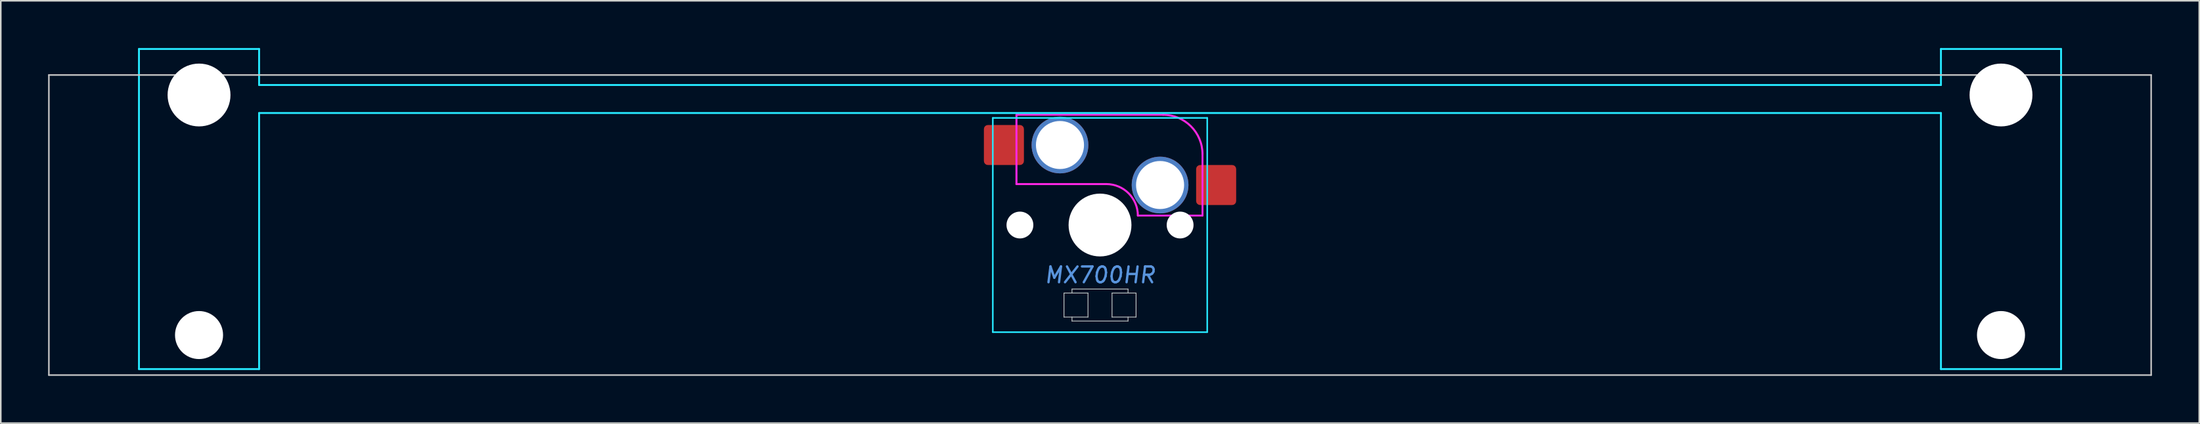
<source format=kicad_pcb>
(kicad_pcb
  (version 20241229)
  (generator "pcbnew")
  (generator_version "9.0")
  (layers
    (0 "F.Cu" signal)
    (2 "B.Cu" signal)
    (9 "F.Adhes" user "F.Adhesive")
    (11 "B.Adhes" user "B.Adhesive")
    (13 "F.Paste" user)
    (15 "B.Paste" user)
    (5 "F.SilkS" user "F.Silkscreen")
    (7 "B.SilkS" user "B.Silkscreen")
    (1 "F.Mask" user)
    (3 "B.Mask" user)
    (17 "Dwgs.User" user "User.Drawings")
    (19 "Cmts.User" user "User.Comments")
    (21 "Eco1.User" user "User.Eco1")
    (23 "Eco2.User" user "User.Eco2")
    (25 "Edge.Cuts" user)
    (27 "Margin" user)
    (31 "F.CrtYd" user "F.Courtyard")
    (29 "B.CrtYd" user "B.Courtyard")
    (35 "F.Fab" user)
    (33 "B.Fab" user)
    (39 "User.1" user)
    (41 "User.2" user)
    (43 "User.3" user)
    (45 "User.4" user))
  (footprint "MX700HR"
    (layer "F.Cu")
    (at 66.725 11.236)
    (property "Reference" "MX700HR" (at 0 3.175 0) (layer "Cmts.User") (effects (font (size 1 1) (thickness 0.15) (italic yes))))
    (attr smd)
    (fp_line (start -66.675 -9.525) (end -66.675 9.525) (stroke (width 0.1) (type solid)) (layer "Dwgs.User"))
    (fp_line (start -66.675 -9.525) (end 66.675 -9.525) (stroke (width 0.1) (type solid)) (layer "Dwgs.User"))
    (fp_line (start -66.675 9.525) (end 66.675 9.525) (stroke (width 0.1) (type solid)) (layer "Dwgs.User"))
    (fp_line (start -2.286 4.318) (end -0.762 4.318) (stroke (width 0.051) (type solid)) (layer "Dwgs.User"))
    (fp_line (start -2.286 5.842) (end -2.286 4.318) (stroke (width 0.051) (type solid)) (layer "Dwgs.User"))
    (fp_line (start -1.778 4.064) (end 1.778 4.064) (stroke (width 0.051) (type solid)) (layer "Dwgs.User"))
    (fp_line (start -1.778 4.318) (end -1.778 4.064) (stroke (width 0.051) (type solid)) (layer "Dwgs.User"))
    (fp_line (start -1.778 6.096) (end -1.778 5.842) (stroke (width 0.051) (type solid)) (layer "Dwgs.User"))
    (fp_line (start -0.762 4.318) (end -0.762 5.842) (stroke (width 0.051) (type solid)) (layer "Dwgs.User"))
    (fp_line (start -0.762 5.842) (end -2.286 5.842) (stroke (width 0.051) (type solid)) (layer "Dwgs.User"))
    (fp_line (start 0.762 4.318) (end 2.286 4.318) (stroke (width 0.051) (type solid)) (layer "Dwgs.User"))
    (fp_line (start 0.762 5.842) (end 0.762 4.318) (stroke (width 0.051) (type solid)) (layer "Dwgs.User"))
    (fp_line (start 1.778 4.064) (end 1.778 4.318) (stroke (width 0.051) (type solid)) (layer "Dwgs.User"))
    (fp_line (start 1.778 5.842) (end 1.778 6.096) (stroke (width 0.051) (type solid)) (layer "Dwgs.User"))
    (fp_line (start 1.778 6.096) (end -1.778 6.096) (stroke (width 0.051) (type solid)) (layer "Dwgs.User"))
    (fp_line (start 2.286 4.318) (end 2.286 5.842) (stroke (width 0.051) (type solid)) (layer "Dwgs.User"))
    (fp_line (start 2.286 5.842) (end 0.762 5.842) (stroke (width 0.051) (type solid)) (layer "Dwgs.User"))
    (fp_line (start 66.675 -9.525) (end 66.675 9.525) (stroke (width 0.1) (type solid)) (layer "Dwgs.User"))
    (fp_line (start -60.65 -8.515) (end -60.65 5.485) (stroke (width 0.1) (type solid)) (layer "Eco1.User"))
    (fp_line (start -60.15 -9.015) (end -54.15 -9.015) (stroke (width 0.1) (type solid)) (layer "Eco1.User"))
    (fp_line (start -54.15 5.985) (end -60.15 5.985) (stroke (width 0.1) (type solid)) (layer "Eco1.User"))
    (fp_line (start -53.65 5.485) (end -53.65 -8.515) (stroke (width 0.1) (type solid)) (layer "Eco1.User"))
    (fp_line (start -7 -6.5) (end -7 6.5) (stroke (width 0.1) (type solid)) (layer "Eco1.User"))
    (fp_line (start -6.5 7) (end 6.5 7) (stroke (width 0.1) (type solid)) (layer "Eco1.User"))
    (fp_line (start 6.5 -7) (end -6.5 -7) (stroke (width 0.1) (type solid)) (layer "Eco1.User"))
    (fp_line (start 7 6.5) (end 7 -6.5) (stroke (width 0.1) (type solid)) (layer "Eco1.User"))
    (fp_line (start 53.65 -8.515) (end 53.65 5.485) (stroke (width 0.1) (type solid)) (layer "Eco1.User"))
    (fp_line (start 54.15 -9.015) (end 60.15 -9.015) (stroke (width 0.1) (type solid)) (layer "Eco1.User"))
    (fp_line (start 60.15 5.985) (end 54.15 5.985) (stroke (width 0.1) (type solid)) (layer "Eco1.User"))
    (fp_line (start 60.65 5.485) (end 60.65 -8.515) (stroke (width 0.1) (type solid)) (layer "Eco1.User"))
    (fp_arc (start -60.65 -8.515) (mid -60.503553 -8.868553) (end -60.15 -9.015) (stroke (width 0.1) (type solid)) (layer "Eco1.User"))
    (fp_arc (start -60.15 5.985) (mid -60.503553 5.838553) (end -60.65 5.485) (stroke (width 0.1) (type solid)) (layer "Eco1.User"))
    (fp_arc (start -54.15 -9.015) (mid -53.796447 -8.868553) (end -53.65 -8.515) (stroke (width 0.1) (type solid)) (layer "Eco1.User"))
    (fp_arc (start -53.65 5.485) (mid -53.796447 5.838553) (end -54.15 5.985) (stroke (width 0.1) (type solid)) (layer "Eco1.User"))
    (fp_arc (start -7 -6.5) (mid -6.853553 -6.853553) (end -6.5 -7) (stroke (width 0.1) (type solid)) (layer "Eco1.User"))
    (fp_arc (start -6.5 7) (mid -6.853553 6.853553) (end -7 6.5) (stroke (width 0.1) (type solid)) (layer "Eco1.User"))
    (fp_arc (start 6.5 -7) (mid 6.853553 -6.853553) (end 7 -6.5) (stroke (width 0.1) (type solid)) (layer "Eco1.User"))
    (fp_arc (start 7 6.5) (mid 6.853553 6.853553) (end 6.5 7) (stroke (width 0.1) (type solid)) (layer "Eco1.User"))
    (fp_arc (start 53.65 -8.515) (mid 53.796447 -8.868553) (end 54.15 -9.015) (stroke (width 0.1) (type solid)) (layer "Eco1.User"))
    (fp_arc (start 54.15 5.985) (mid 53.796447 5.838553) (end 53.65 5.485) (stroke (width 0.1) (type solid)) (layer "Eco1.User"))
    (fp_arc (start 60.15 -9.015) (mid 60.503553 -8.868553) (end 60.65 -8.515) (stroke (width 0.1) (type solid)) (layer "Eco1.User"))
    (fp_arc (start 60.65 5.485) (mid 60.503553 5.838553) (end 60.15 5.985) (stroke (width 0.1) (type solid)) (layer "Eco1.User"))
    (fp_line (start -60.96 -11.176) (end -60.96 9.144) (stroke (width 0.12) (type solid)) (layer "B.CrtYd"))
    (fp_line (start -60.96 -11.176) (end -53.34 -11.176) (stroke (width 0.12) (type solid)) (layer "B.CrtYd"))
    (fp_line (start -60.96 9.144) (end -53.34 9.144) (stroke (width 0.12) (type solid)) (layer "B.CrtYd"))
    (fp_line (start -53.34 -11.176) (end -53.34 -8.89) (stroke (width 0.12) (type solid)) (layer "B.CrtYd"))
    (fp_line (start -53.34 -7.112) (end -53.34 9.144) (stroke (width 0.12) (type solid)) (layer "B.CrtYd"))
    (fp_line (start -6.8 -6.8) (end -6.8 6.8) (stroke (width 0.1) (type solid)) (layer "B.CrtYd"))
    (fp_line (start 6.8 -6.8) (end -6.8 -6.8) (stroke (width 0.1) (type solid)) (layer "B.CrtYd"))
    (fp_line (start 6.8 -6.8) (end 6.8 6.8) (stroke (width 0.1) (type solid)) (layer "B.CrtYd"))
    (fp_line (start 6.8 6.8) (end -6.8 6.8) (stroke (width 0.1) (type solid)) (layer "B.CrtYd"))
    (fp_line (start 53.34 -11.176) (end 53.34 -8.89) (stroke (width 0.12) (type solid)) (layer "B.CrtYd"))
    (fp_line (start 53.34 -8.89) (end -53.34 -8.89) (stroke (width 0.12) (type solid)) (layer "B.CrtYd"))
    (fp_line (start 53.34 -7.112) (end -53.34 -7.112) (stroke (width 0.12) (type solid)) (layer "B.CrtYd"))
    (fp_line (start 53.34 -7.112) (end 53.34 9.144) (stroke (width 0.12) (type solid)) (layer "B.CrtYd"))
    (fp_line (start 60.96 -11.176) (end 53.34 -11.176) (stroke (width 0.12) (type solid)) (layer "B.CrtYd"))
    (fp_line (start 60.96 -11.176) (end 60.96 9.144) (stroke (width 0.12) (type solid)) (layer "B.CrtYd"))
    (fp_line (start 60.96 9.144) (end 53.34 9.144) (stroke (width 0.12) (type solid)) (layer "B.CrtYd"))
    (fp_line (start -5.3 -7) (end -5.3 -2.6) (stroke (width 0.127) (type solid)) (layer "F.CrtYd"))
    (fp_line (start -5.2 -7) (end -5.3 -7) (stroke (width 0.12) (type solid)) (layer "F.CrtYd"))
    (fp_line (start 0.4 -2.6) (end -5.3 -2.6) (stroke (width 0.127) (type solid)) (layer "F.CrtYd"))
    (fp_line (start 4 -7) (end -5.2 -7) (stroke (width 0.12) (type solid)) (layer "F.CrtYd"))
    (fp_line (start 6.5 -4.5) (end 6.5 -0.6) (stroke (width 0.12) (type solid)) (layer "F.CrtYd"))
    (fp_line (start 6.5 -0.6) (end 2.4 -0.6) (stroke (width 0.12) (type solid)) (layer "F.CrtYd"))
    (fp_arc (start 0.4 -2.6) (mid 1.814214 -2.014214) (end 2.4 -0.6) (stroke (width 0.127) (type solid)) (layer "F.CrtYd"))
    (fp_arc (start 4 -7) (mid 5.767767 -6.267767) (end 6.5 -4.5) (stroke (width 0.127) (type solid)) (layer "F.CrtYd"))
    (pad "" np_thru_hole circle (at -57.15 -8.255 180) (size 3.988 3.988) (drill 3.988) (layers "*.Cu" "*.Mask"))
    (pad "" np_thru_hole circle (at -57.15 6.985 180) (size 3.048 3.048) (drill 3.048) (layers "*.Cu" "*.Mask"))
    (pad "" np_thru_hole circle (at -5.08 0) (size 1.702 1.702) (drill 1.702) (layers "*.Cu" "*.Mask"))
    (pad "" thru_hole circle (at -2.54 -5.08) (size 3.6 3.6) (drill 3.048) (layers "*.Cu" "*.Mask"))
    (pad "" np_thru_hole circle (at 0 0) (size 3.988 3.988) (drill 3.988) (layers "*.Cu" "*.Mask"))
    (pad "" thru_hole circle (at 3.81 -2.54) (size 3.6 3.6) (drill 3.048) (layers "*.Cu" "*.Mask"))
    (pad "" np_thru_hole circle (at 5.08 0) (size 1.702 1.702) (drill 1.702) (layers "*.Cu" "*.Mask"))
    (pad "" np_thru_hole circle (at 57.15 -8.255 180) (size 3.988 3.988) (drill 3.988) (layers "*.Cu" "*.Mask"))
    (pad "" np_thru_hole circle (at 57.15 6.985 180) (size 3.048 3.048) (drill 3.048) (layers "*.Cu" "*.Mask"))
    (pad "1" smd roundrect (at -6.096 -5.08) (size 2.54 2.54) (layers "F.Cu" "F.Mask") (roundrect_rratio 0.1))
    (pad "2" smd roundrect (at 7.366 -2.54) (size 2.54 2.54) (layers "F.Cu" "F.Mask") (roundrect_rratio 0.1)))
  (gr_rect
    (start -3 -3)
    (end 136.45 23.811)
    (stroke (width 0.1) (type default))
    (fill no)
    (layer "Edge.Cuts")))
</source>
